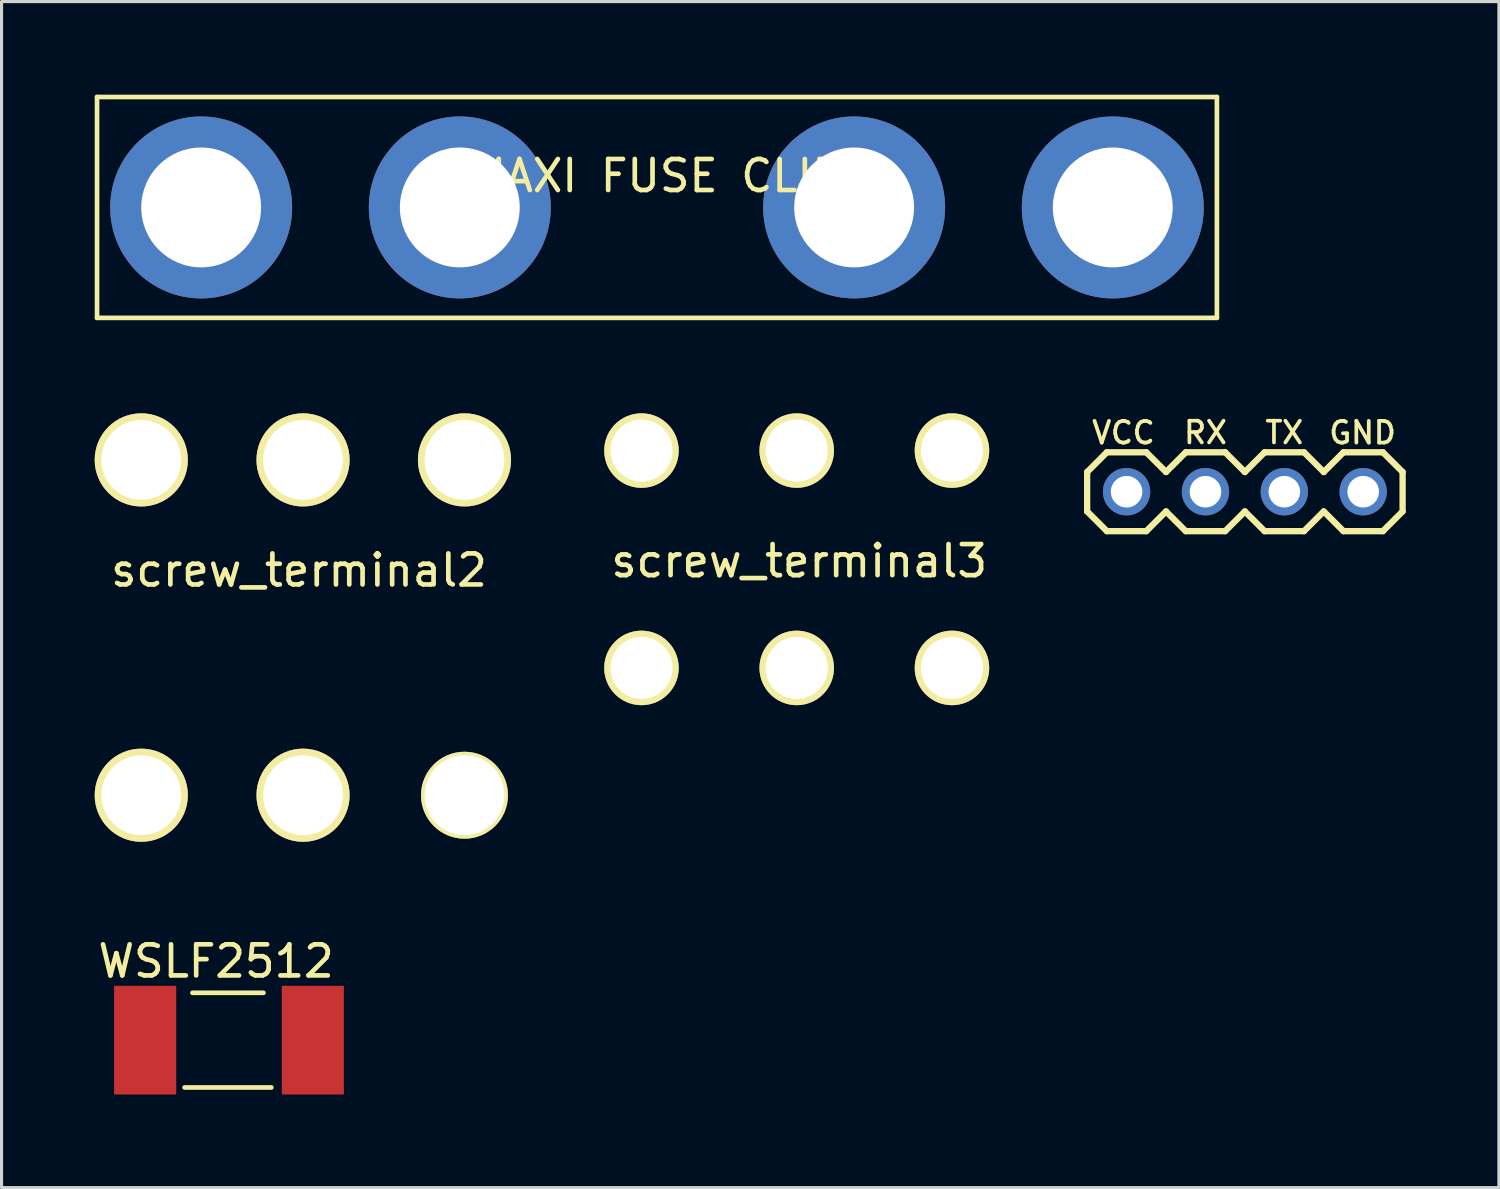
<source format=kicad_pcb>
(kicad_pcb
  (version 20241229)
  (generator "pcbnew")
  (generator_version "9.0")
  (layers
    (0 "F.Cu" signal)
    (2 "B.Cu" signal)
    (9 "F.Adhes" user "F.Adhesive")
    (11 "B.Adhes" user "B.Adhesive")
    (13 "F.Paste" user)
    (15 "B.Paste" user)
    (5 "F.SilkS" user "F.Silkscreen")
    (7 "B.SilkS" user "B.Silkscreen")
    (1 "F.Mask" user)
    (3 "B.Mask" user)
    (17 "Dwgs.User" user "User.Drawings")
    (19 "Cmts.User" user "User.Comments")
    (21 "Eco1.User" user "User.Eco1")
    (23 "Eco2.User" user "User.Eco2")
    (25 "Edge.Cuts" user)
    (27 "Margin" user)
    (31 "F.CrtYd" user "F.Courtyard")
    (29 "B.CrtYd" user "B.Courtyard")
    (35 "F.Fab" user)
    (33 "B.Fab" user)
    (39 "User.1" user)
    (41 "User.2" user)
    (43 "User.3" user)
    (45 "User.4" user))
  (footprint "MAXI FUSE CLIP"
    (layer "F.Cu")
    (at 11.759 3.631)
    (property "Reference" "MAXI FUSE CLIP" (at 6.35 -1.016 0) (layer "F.SilkS") (effects (font (size 1 1) (thickness 0.15))))
    (attr through_hole)
    (fp_line (start -11.684 -3.556) (end 24.384 -3.556) (stroke (width 0.15) (type solid)) (layer "F.SilkS"))
    (fp_line (start -11.684 3.556) (end -11.684 -3.556) (stroke (width 0.15) (type solid)) (layer "F.SilkS"))
    (fp_line (start 24.384 -3.556) (end 24.384 3.556) (stroke (width 0.15) (type solid)) (layer "F.SilkS"))
    (fp_line (start 24.384 3.556) (end -11.684 3.556) (stroke (width 0.15) (type solid)) (layer "F.SilkS"))
    (pad "1" thru_hole circle (at -8.33 0) (size 5.86 5.86) (drill 3.86) (layers "*.Cu" "*.Mask"))
    (pad "1" thru_hole circle (at 0 0) (size 5.86 5.86) (drill 3.86) (layers "*.Cu" "*.Mask"))
    (pad "2" thru_hole circle (at 12.7 0) (size 5.86 5.86) (drill 3.86) (layers "*.Cu" "*.Mask"))
    (pad "2" thru_hole circle (at 21.03 0) (size 5.86 5.86) (drill 3.86) (layers "*.Cu" "*.Mask")))
  (footprint "screw_terminal2"
    (layer "F.Cu")
    (at 1.5 11.762)
    (property "Reference" "screw_terminal2" (at 5.08 3.556 0) (layer "F.SilkS") (effects (font (size 1 1) (thickness 0.15))))
    (attr through_hole)
    (pad "1" thru_hole circle (at 0 0) (size 3 3) (drill 2.57) (layers "*.Cu" "*.Mask" "F.SilkS"))
    (pad "1" thru_hole circle (at 0 10.8) (size 3 3) (drill 2.57) (layers "*.Cu" "*.Mask" "F.SilkS"))
    (pad "1" thru_hole circle (at 5.21 0) (size 3 3) (drill 2.57) (layers "*.Cu" "*.Mask" "F.SilkS"))
    (pad "1" thru_hole circle (at 5.21 10.8) (size 3 3) (drill 2.57) (layers "*.Cu" "*.Mask" "F.SilkS"))
    (pad "1" thru_hole circle (at 10.41 0) (size 3 3) (drill 2.57) (layers "*.Cu" "*.Mask" "F.SilkS"))
    (pad "1" thru_hole circle (at 10.41 10.8) (size 2.8 2.8) (drill 2.57) (layers "*.Cu" "*.Mask" "F.SilkS")))
  (footprint "screw_terminal3"
    (layer "F.Cu")
    (at 17.61 11.462)
    (property "Reference" "screw_terminal3" (at 5.08 3.556 0) (layer "F.SilkS") (effects (font (size 1 1) (thickness 0.15))))
    (attr through_hole)
    (pad "1" thru_hole circle (at 0 0) (size 2.4 2.4) (drill 2) (layers "*.Cu" "*.Mask" "F.SilkS"))
    (pad "1" thru_hole circle (at 0 7) (size 2.4 2.4) (drill 2) (layers "*.Cu" "*.Mask" "F.SilkS"))
    (pad "1" thru_hole circle (at 5 0) (size 2.4 2.4) (drill 2) (layers "*.Cu" "*.Mask" "F.SilkS"))
    (pad "1" thru_hole circle (at 5 7) (size 2.4 2.4) (drill 2) (layers "*.Cu" "*.Mask" "F.SilkS"))
    (pad "1" thru_hole circle (at 10 0) (size 2.4 2.4) (drill 2) (layers "*.Cu" "*.Mask" "F.SilkS"))
    (pad "1" thru_hole circle (at 10 7) (size 2.4 2.4) (drill 2) (layers "*.Cu" "*.Mask" "F.SilkS")))
  (footprint "uart"
    (layer "F.Cu")
    (at 33.234 12.787)
    (property "Reference" "uart" (at 0 0 0) (layer "Eco1.User") (effects (font (size 0.6 0.6) (thickness 0.1))))
    (attr through_hole)
    (fp_line (start -1.27 -0.635) (end -1.27 0.635) (stroke (width 0.203) (type solid)) (layer "F.SilkS"))
    (fp_line (start -1.27 0.635) (end -0.635 1.27) (stroke (width 0.203) (type solid)) (layer "F.SilkS"))
    (fp_line (start -0.635 -1.27) (end -1.27 -0.635) (stroke (width 0.203) (type solid)) (layer "F.SilkS"))
    (fp_line (start -0.635 -1.27) (end 0.635 -1.27) (stroke (width 0.203) (type solid)) (layer "F.SilkS"))
    (fp_line (start 0.635 -1.27) (end 1.27 -0.635) (stroke (width 0.203) (type solid)) (layer "F.SilkS"))
    (fp_line (start 0.635 1.27) (end -0.635 1.27) (stroke (width 0.203) (type solid)) (layer "F.SilkS"))
    (fp_line (start 1.27 -0.635) (end 1.905 -1.27) (stroke (width 0.203) (type solid)) (layer "F.SilkS"))
    (fp_line (start 1.27 0.635) (end 0.635 1.27) (stroke (width 0.203) (type solid)) (layer "F.SilkS"))
    (fp_line (start 1.905 -1.27) (end 3.175 -1.27) (stroke (width 0.203) (type solid)) (layer "F.SilkS"))
    (fp_line (start 1.905 1.27) (end 1.27 0.635) (stroke (width 0.203) (type solid)) (layer "F.SilkS"))
    (fp_line (start 3.175 -1.27) (end 3.81 -0.635) (stroke (width 0.203) (type solid)) (layer "F.SilkS"))
    (fp_line (start 3.175 1.27) (end 1.905 1.27) (stroke (width 0.203) (type solid)) (layer "F.SilkS"))
    (fp_line (start 3.81 -0.635) (end 4.445 -1.27) (stroke (width 0.203) (type solid)) (layer "F.SilkS"))
    (fp_line (start 3.81 0.635) (end 3.175 1.27) (stroke (width 0.203) (type solid)) (layer "F.SilkS"))
    (fp_line (start 4.445 -1.27) (end 5.715 -1.27) (stroke (width 0.203) (type solid)) (layer "F.SilkS"))
    (fp_line (start 4.445 1.27) (end 3.81 0.635) (stroke (width 0.203) (type solid)) (layer "F.SilkS"))
    (fp_line (start 5.715 -1.27) (end 6.35 -0.635) (stroke (width 0.203) (type solid)) (layer "F.SilkS"))
    (fp_line (start 5.715 1.27) (end 4.445 1.27) (stroke (width 0.203) (type solid)) (layer "F.SilkS"))
    (fp_line (start 6.35 0.635) (end 5.715 1.27) (stroke (width 0.203) (type solid)) (layer "F.SilkS"))
    (fp_line (start 6.35 0.635) (end 6.985 1.27) (stroke (width 0.203) (type solid)) (layer "F.SilkS"))
    (fp_line (start 6.985 -1.27) (end 6.35 -0.635) (stroke (width 0.203) (type solid)) (layer "F.SilkS"))
    (fp_line (start 6.985 -1.27) (end 8.255 -1.27) (stroke (width 0.203) (type solid)) (layer "F.SilkS"))
    (fp_line (start 8.255 -1.27) (end 8.89 -0.635) (stroke (width 0.203) (type solid)) (layer "F.SilkS"))
    (fp_line (start 8.255 1.27) (end 6.985 1.27) (stroke (width 0.203) (type solid)) (layer "F.SilkS"))
    (fp_line (start 8.89 -0.635) (end 8.89 0.635) (stroke (width 0.203) (type solid)) (layer "F.SilkS"))
    (fp_line (start 8.89 0.635) (end 8.255 1.27) (stroke (width 0.203) (type solid)) (layer "F.SilkS"))
    (fp_text user "TX" (at 5.08 -1.905 0) (layer "F.SilkS") (effects (font (size 0.7 0.7) (thickness 0.12))))
    (fp_text user "VCC" (at -0.1 -1.9 0) (layer "F.SilkS") (effects (font (size 0.7 0.7) (thickness 0.12))))
    (fp_text user "RX" (at 2.54 -1.905 0) (layer "F.SilkS") (effects (font (size 0.7 0.7) (thickness 0.12))))
    (fp_text user "GND" (at 7.6 -1.9 0) (layer "F.SilkS") (effects (font (size 0.7 0.7) (thickness 0.12))))
    (pad "1" thru_hole oval (at 0 0 90) (size 1.524 1.524) (drill 1.016) (layers "*.Cu" "*.Mask"))
    (pad "2" thru_hole oval (at 2.54 0 90) (size 1.524 1.524) (drill 1.016) (layers "*.Cu" "*.Mask"))
    (pad "3" thru_hole oval (at 5.08 0 90) (size 1.524 1.524) (drill 1.016) (layers "*.Cu" "*.Mask"))
    (pad "4" thru_hole oval (at 7.62 0 90) (size 1.524 1.524) (drill 1.016) (layers "*.Cu" "*.Mask")))
  (footprint "WSLF2512"
    (layer "F.Cu")
    (at 1.625 30.45)
    (property "Reference" "WSLF2512" (at 2.286 -2.54 0) (layer "F.SilkS") (effects (font (size 1 1) (thickness 0.15))))
    (attr through_hole)
    (fp_line (start 1.524 -1.524) (end 3.81 -1.524) (stroke (width 0.15) (type solid)) (layer "F.SilkS"))
    (fp_line (start 4.064 1.524) (end 1.27 1.524) (stroke (width 0.15) (type solid)) (layer "F.SilkS"))
    (pad "1" smd rect (at 0 0) (size 2 3.5) (layers "F.Cu" "F.Mask" "F.Paste"))
    (pad "2" smd rect (at 5.4 0) (size 2 3.5) (layers "F.Cu" "F.Mask" "F.Paste")))
  (gr_rect
    (start -3 -3)
    (end 45.226 35.2)
    (stroke (width 0.1) (type default))
    (fill no)
    (layer "Edge.Cuts")))
</source>
